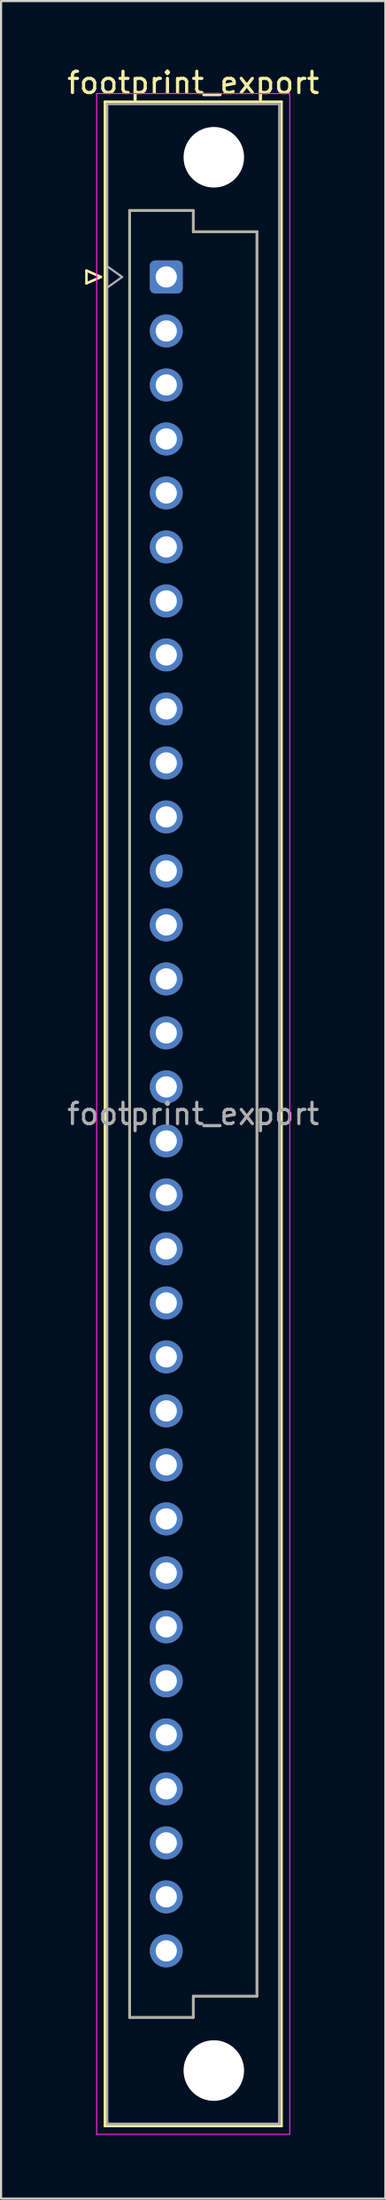
<source format=kicad_pcb>
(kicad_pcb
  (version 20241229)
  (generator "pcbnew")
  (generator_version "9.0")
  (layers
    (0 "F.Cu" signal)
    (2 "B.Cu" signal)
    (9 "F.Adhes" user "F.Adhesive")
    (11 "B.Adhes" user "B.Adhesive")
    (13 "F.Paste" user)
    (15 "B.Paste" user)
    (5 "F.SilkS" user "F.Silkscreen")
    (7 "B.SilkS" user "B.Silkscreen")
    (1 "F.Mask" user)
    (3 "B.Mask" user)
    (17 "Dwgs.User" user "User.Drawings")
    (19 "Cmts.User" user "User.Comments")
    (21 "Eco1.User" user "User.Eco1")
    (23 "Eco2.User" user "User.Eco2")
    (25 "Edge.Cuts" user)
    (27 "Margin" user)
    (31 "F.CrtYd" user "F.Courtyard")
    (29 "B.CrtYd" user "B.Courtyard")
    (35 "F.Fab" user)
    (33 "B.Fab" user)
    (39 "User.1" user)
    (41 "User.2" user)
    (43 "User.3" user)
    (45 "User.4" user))
  (footprint "footprint_export"
    (layer "F.Cu")
    (at 4.784 9.978)
    (property "Reference" "footprint_export" (at 1.27 -9.13 0) (layer "F.SilkS") (effects (font (size 1 1) (thickness 0.15))))
    (attr through_hole)
    (fp_line (start -3.76 -0.3) (end -3.76 0.3) (stroke (width 0.12) (type solid)) (layer "F.SilkS"))
    (fp_line (start -3.76 0.3) (end -3.08 0) (stroke (width 0.12) (type solid)) (layer "F.SilkS"))
    (fp_line (start -3.08 0) (end -3.76 -0.3) (stroke (width 0.12) (type solid)) (layer "F.SilkS"))
    (fp_line (start -2.89 -8.24) (end 5.43 -8.24) (stroke (width 0.12) (type solid)) (layer "F.SilkS"))
    (fp_line (start -2.89 86.98) (end -2.89 -8.24) (stroke (width 0.12) (type solid)) (layer "F.SilkS"))
    (fp_line (start -1.73 -3.131) (end 1.27 -3.131) (stroke (width 0.12) (type solid)) (layer "F.SilkS"))
    (fp_line (start -1.73 81.87) (end -1.73 -3.131) (stroke (width 0.12) (type solid)) (layer "F.SilkS"))
    (fp_line (start 1.27 -3.131) (end 1.27 -2.131) (stroke (width 0.12) (type solid)) (layer "F.SilkS"))
    (fp_line (start 1.27 -2.131) (end 4.27 -2.131) (stroke (width 0.12) (type solid)) (layer "F.SilkS"))
    (fp_line (start 1.27 80.87) (end 1.27 81.87) (stroke (width 0.12) (type solid)) (layer "F.SilkS"))
    (fp_line (start 1.27 81.87) (end -1.73 81.87) (stroke (width 0.12) (type solid)) (layer "F.SilkS"))
    (fp_line (start 4.27 -2.131) (end 4.27 80.87) (stroke (width 0.12) (type solid)) (layer "F.SilkS"))
    (fp_line (start 4.27 80.87) (end 1.27 80.87) (stroke (width 0.12) (type solid)) (layer "F.SilkS"))
    (fp_line (start 5.43 -8.24) (end 5.43 86.98) (stroke (width 0.12) (type solid)) (layer "F.SilkS"))
    (fp_line (start 5.43 86.98) (end -2.89 86.98) (stroke (width 0.12) (type solid)) (layer "F.SilkS"))
    (fp_line (start -3.28 -8.63) (end 5.82 -8.63) (stroke (width 0.05) (type solid)) (layer "F.CrtYd"))
    (fp_line (start -3.28 87.37) (end -3.28 -8.63) (stroke (width 0.05) (type solid)) (layer "F.CrtYd"))
    (fp_line (start 5.82 -8.63) (end 5.82 87.37) (stroke (width 0.05) (type solid)) (layer "F.CrtYd"))
    (fp_line (start 5.82 87.37) (end -3.28 87.37) (stroke (width 0.05) (type solid)) (layer "F.CrtYd"))
    (fp_line (start -2.78 -8.13) (end 5.32 -8.13) (stroke (width 0.1) (type solid)) (layer "F.Fab"))
    (fp_line (start -2.78 -0.5) (end -2.08 0) (stroke (width 0.1) (type solid)) (layer "F.Fab"))
    (fp_line (start -2.78 86.87) (end -2.78 -8.13) (stroke (width 0.1) (type solid)) (layer "F.Fab"))
    (fp_line (start -2.08 0) (end -2.78 0.5) (stroke (width 0.1) (type solid)) (layer "F.Fab"))
    (fp_line (start -1.73 -3.13) (end 1.27 -3.13) (stroke (width 0.1) (type solid)) (layer "F.Fab"))
    (fp_line (start -1.73 81.87) (end -1.73 -3.13) (stroke (width 0.1) (type solid)) (layer "F.Fab"))
    (fp_line (start 1.27 -3.13) (end 1.27 -2.13) (stroke (width 0.1) (type solid)) (layer "F.Fab"))
    (fp_line (start 1.27 -2.13) (end 4.27 -2.13) (stroke (width 0.1) (type solid)) (layer "F.Fab"))
    (fp_line (start 1.27 80.87) (end 1.27 81.87) (stroke (width 0.1) (type solid)) (layer "F.Fab"))
    (fp_line (start 1.27 81.87) (end -1.73 81.87) (stroke (width 0.1) (type solid)) (layer "F.Fab"))
    (fp_line (start 4.27 -2.13) (end 4.27 80.87) (stroke (width 0.1) (type solid)) (layer "F.Fab"))
    (fp_line (start 4.27 80.87) (end 1.27 80.87) (stroke (width 0.1) (type solid)) (layer "F.Fab"))
    (fp_line (start 5.32 -8.13) (end 5.32 86.87) (stroke (width 0.1) (type solid)) (layer "F.Fab"))
    (fp_line (start 5.32 86.87) (end -2.78 86.87) (stroke (width 0.1) (type solid)) (layer "F.Fab"))
    (fp_text user "${REFERENCE}" (at 1.27 39.37 0) (layer "F.Fab") (effects (font (size 1 1) (thickness 0.15))))
    (pad "" np_thru_hole circle (at 2.24 -5.63) (size 2.85 2.85) (drill 2.85) (layers "*.Cu" "*.Mask"))
    (pad "" np_thru_hole circle (at 2.24 84.37) (size 2.85 2.85) (drill 2.85) (layers "*.Cu" "*.Mask"))
    (pad "a1" thru_hole roundrect (at 0 0) (size 1.55 1.55) (drill 1) (layers "*.Cu" "*.Mask") (roundrect_rratio 0.161))
    (pad "a2" thru_hole circle (at 0 2.54) (size 1.55 1.55) (drill 1) (layers "*.Cu" "*.Mask"))
    (pad "a3" thru_hole circle (at 0 5.08) (size 1.55 1.55) (drill 1) (layers "*.Cu" "*.Mask"))
    (pad "a4" thru_hole circle (at 0 7.62) (size 1.55 1.55) (drill 1) (layers "*.Cu" "*.Mask"))
    (pad "a5" thru_hole circle (at 0 10.16) (size 1.55 1.55) (drill 1) (layers "*.Cu" "*.Mask"))
    (pad "a6" thru_hole circle (at 0 12.7) (size 1.55 1.55) (drill 1) (layers "*.Cu" "*.Mask"))
    (pad "a7" thru_hole circle (at 0 15.24) (size 1.55 1.55) (drill 1) (layers "*.Cu" "*.Mask"))
    (pad "a8" thru_hole circle (at 0 17.78) (size 1.55 1.55) (drill 1) (layers "*.Cu" "*.Mask"))
    (pad "a9" thru_hole circle (at 0 20.32) (size 1.55 1.55) (drill 1) (layers "*.Cu" "*.Mask"))
    (pad "a10" thru_hole circle (at 0 22.86) (size 1.55 1.55) (drill 1) (layers "*.Cu" "*.Mask"))
    (pad "a11" thru_hole circle (at 0 25.4) (size 1.55 1.55) (drill 1) (layers "*.Cu" "*.Mask"))
    (pad "a12" thru_hole circle (at 0 27.94) (size 1.55 1.55) (drill 1) (layers "*.Cu" "*.Mask"))
    (pad "a13" thru_hole circle (at 0 30.48) (size 1.55 1.55) (drill 1) (layers "*.Cu" "*.Mask"))
    (pad "a14" thru_hole circle (at 0 33.02) (size 1.55 1.55) (drill 1) (layers "*.Cu" "*.Mask"))
    (pad "a15" thru_hole circle (at 0 35.56) (size 1.55 1.55) (drill 1) (layers "*.Cu" "*.Mask"))
    (pad "a16" thru_hole circle (at 0 38.1) (size 1.55 1.55) (drill 1) (layers "*.Cu" "*.Mask"))
    (pad "a17" thru_hole circle (at 0 40.64) (size 1.55 1.55) (drill 1) (layers "*.Cu" "*.Mask"))
    (pad "a18" thru_hole circle (at 0 43.18) (size 1.55 1.55) (drill 1) (layers "*.Cu" "*.Mask"))
    (pad "a19" thru_hole circle (at 0 45.72) (size 1.55 1.55) (drill 1) (layers "*.Cu" "*.Mask"))
    (pad "a20" thru_hole circle (at 0 48.26) (size 1.55 1.55) (drill 1) (layers "*.Cu" "*.Mask"))
    (pad "a21" thru_hole circle (at 0 50.8) (size 1.55 1.55) (drill 1) (layers "*.Cu" "*.Mask"))
    (pad "a22" thru_hole circle (at 0 53.34) (size 1.55 1.55) (drill 1) (layers "*.Cu" "*.Mask"))
    (pad "a23" thru_hole circle (at 0 55.88) (size 1.55 1.55) (drill 1) (layers "*.Cu" "*.Mask"))
    (pad "a24" thru_hole circle (at 0 58.42) (size 1.55 1.55) (drill 1) (layers "*.Cu" "*.Mask"))
    (pad "a25" thru_hole circle (at 0 60.96) (size 1.55 1.55) (drill 1) (layers "*.Cu" "*.Mask"))
    (pad "a26" thru_hole circle (at 0 63.5) (size 1.55 1.55) (drill 1) (layers "*.Cu" "*.Mask"))
    (pad "a27" thru_hole circle (at 0 66.04) (size 1.55 1.55) (drill 1) (layers "*.Cu" "*.Mask"))
    (pad "a28" thru_hole circle (at 0 68.58) (size 1.55 1.55) (drill 1) (layers "*.Cu" "*.Mask"))
    (pad "a29" thru_hole circle (at 0 71.12) (size 1.55 1.55) (drill 1) (layers "*.Cu" "*.Mask"))
    (pad "a30" thru_hole circle (at 0 73.66) (size 1.55 1.55) (drill 1) (layers "*.Cu" "*.Mask"))
    (pad "a31" thru_hole circle (at 0 76.2) (size 1.55 1.55) (drill 1) (layers "*.Cu" "*.Mask"))
    (pad "a32" thru_hole circle (at 0 78.74) (size 1.55 1.55) (drill 1) (layers "*.Cu" "*.Mask")))
  (gr_rect
    (start -3 -3)
    (end 15.107 100.373)
    (stroke (width 0.1) (type default))
    (fill no)
    (layer "Edge.Cuts")))
</source>
